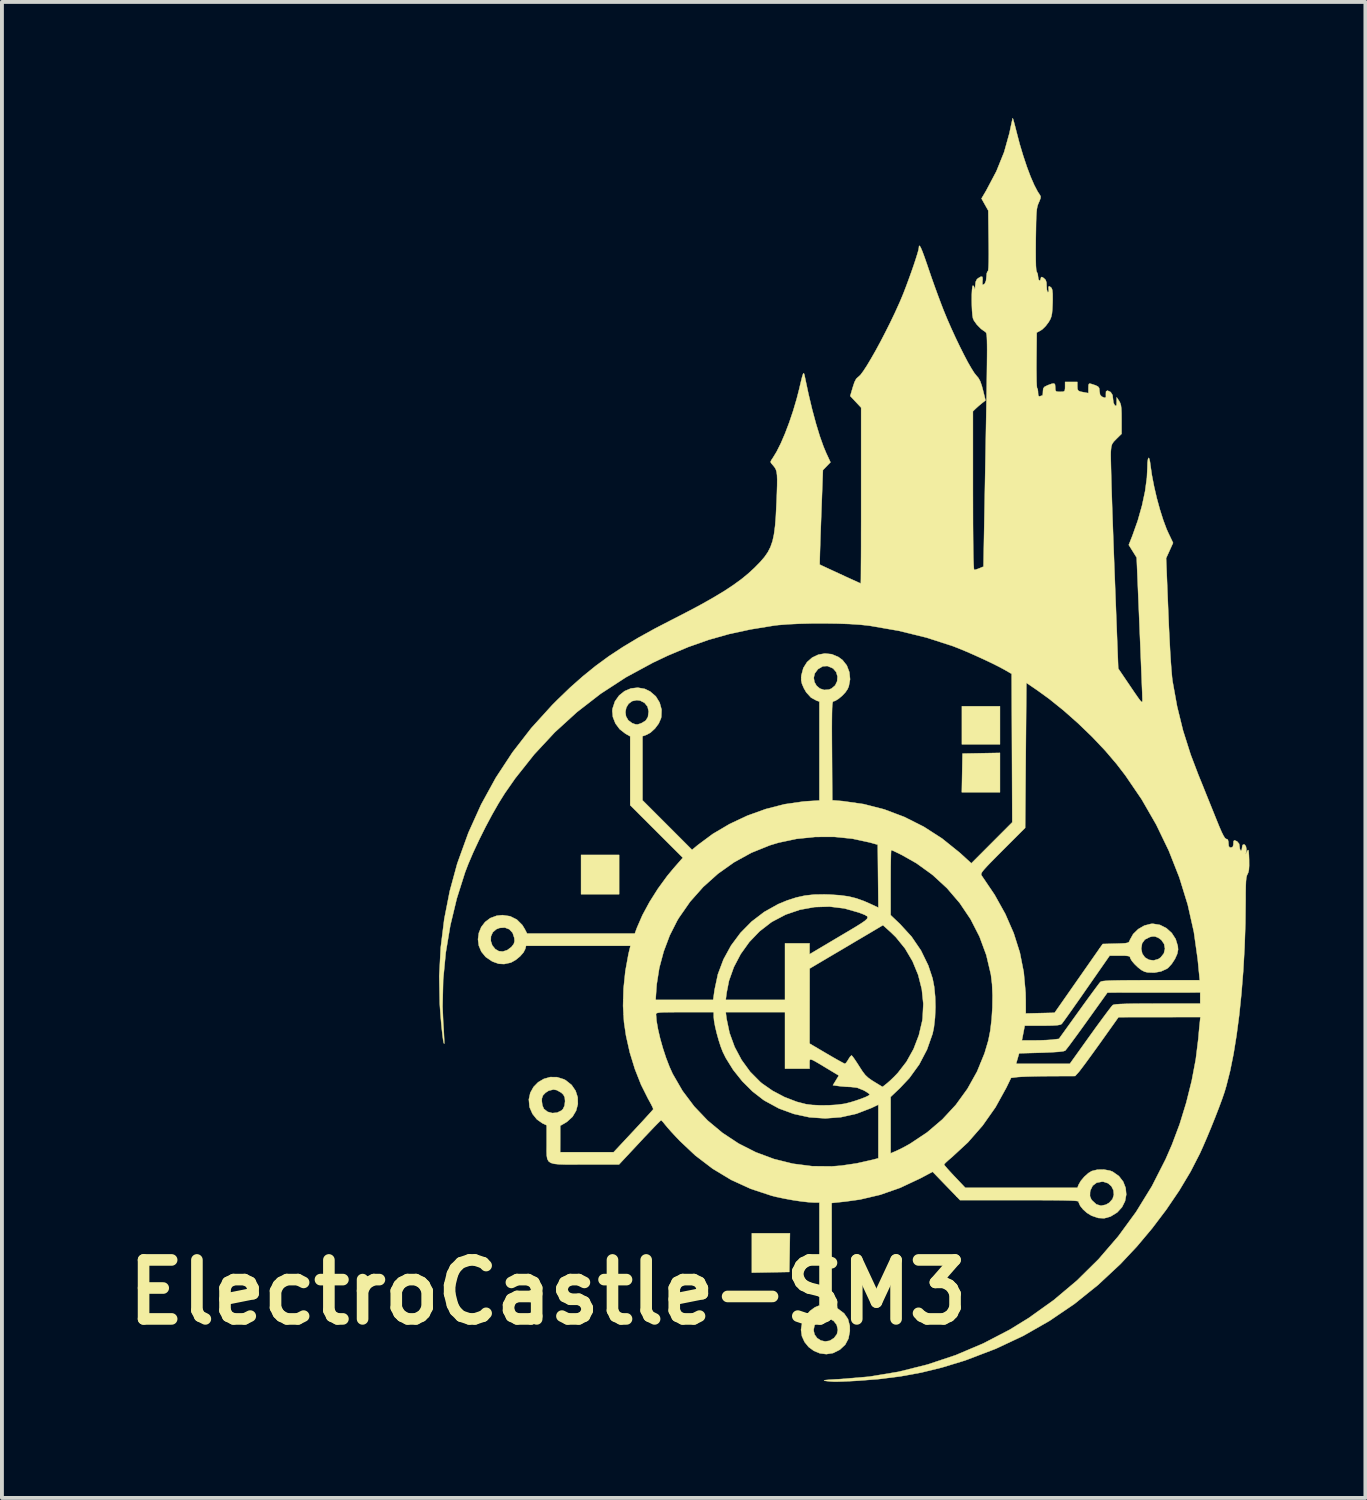
<source format=kicad_pcb>
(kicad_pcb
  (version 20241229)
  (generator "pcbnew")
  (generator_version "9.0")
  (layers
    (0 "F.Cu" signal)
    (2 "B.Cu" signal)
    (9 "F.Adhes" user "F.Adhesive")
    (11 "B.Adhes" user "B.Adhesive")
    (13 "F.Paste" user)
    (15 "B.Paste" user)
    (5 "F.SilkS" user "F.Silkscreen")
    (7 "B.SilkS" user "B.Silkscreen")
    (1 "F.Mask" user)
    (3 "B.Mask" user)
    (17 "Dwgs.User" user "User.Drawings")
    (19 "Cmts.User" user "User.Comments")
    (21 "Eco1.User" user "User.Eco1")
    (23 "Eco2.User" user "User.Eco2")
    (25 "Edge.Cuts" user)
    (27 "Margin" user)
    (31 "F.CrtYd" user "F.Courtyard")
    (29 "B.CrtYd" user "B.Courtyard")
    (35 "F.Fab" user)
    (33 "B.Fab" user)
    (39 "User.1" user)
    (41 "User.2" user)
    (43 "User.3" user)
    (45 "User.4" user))
  (footprint "ElectroCastle-SM3"
    (layer "F.Cu")
    (at 18.731 16.379)
    (property "Reference" "ElectroCastle-SM3" (at -7.62 13.97 0) (layer "F.SilkS") (effects (font (size 1.524 1.524) (thickness 0.3))))
    (attr through_hole)
    (fp_poly (pts (xy -5.779 3.683) (xy -6.763 3.683) (xy -6.763 2.667) (xy -5.779 2.667) (xy -5.779 3.683)) (stroke (width 0.01) (type solid)) (fill yes) (layer "F.SilkS"))
    (fp_poly (pts (xy 4.064 -0.191) (xy 3.08 -0.191) (xy 3.08 -1.175) (xy 4.064 -1.175) (xy 4.064 -0.191)) (stroke (width 0.01) (type solid)) (fill yes) (layer "F.SilkS"))
    (fp_poly (pts (xy -1.372 12.946) (xy -1.381 13.446) (xy -1.865 13.455) (xy -2.349 13.464) (xy -2.349 12.446) (xy -1.364 12.446) (xy -1.372 12.946)) (stroke (width 0.01) (type solid)) (fill yes) (layer "F.SilkS"))
    (fp_poly (pts (xy 4.064 1.048) (xy 3.078 1.048) (xy 3.087 0.548) (xy 3.096 0.048) (xy 3.58 0.039) (xy 4.064 0.03) (xy 4.064 1.048)) (stroke (width 0.01) (type solid)) (fill yes) (layer "F.SilkS"))
    (fp_poly (pts (xy 4.404 -16.349) (xy 4.426 -16.273) (xy 4.456 -16.16) (xy 4.49 -16.026) (xy 4.573 -15.708) (xy 4.665 -15.402) (xy 4.76 -15.117) (xy 4.856 -14.862) (xy 4.95 -14.646) (xy 5.038 -14.478) (xy 5.089 -14.401) (xy 5.114 -14.357) (xy 5.113 -14.308) (xy 5.085 -14.233) (xy 5.068 -14.195) (xy 5.047 -14.145) (xy 5.031 -14.093) (xy 5.018 -14.028) (xy 5.009 -13.943) (xy 5.002 -13.829) (xy 4.997 -13.676) (xy 4.994 -13.477) (xy 4.99 -13.244) (xy 4.988 -12.955) (xy 4.989 -12.728) (xy 4.993 -12.561) (xy 5.001 -12.454) (xy 5.013 -12.406) (xy 5.014 -12.404) (xy 5.04 -12.349) (xy 5.048 -12.283) (xy 5.058 -12.212) (xy 5.081 -12.177) (xy 5.106 -12.187) (xy 5.117 -12.224) (xy 5.129 -12.268) (xy 5.158 -12.266) (xy 5.199 -12.239) (xy 5.245 -12.193) (xy 5.266 -12.126) (xy 5.27 -12.031) (xy 5.277 -11.934) (xy 5.295 -11.881) (xy 5.306 -11.875) (xy 5.327 -11.901) (xy 5.321 -11.954) (xy 5.318 -12.018) (xy 5.346 -12.029) (xy 5.397 -11.986) (xy 5.416 -11.935) (xy 5.426 -11.836) (xy 5.427 -11.683) (xy 5.425 -11.594) (xy 5.418 -11.437) (xy 5.408 -11.327) (xy 5.391 -11.246) (xy 5.365 -11.178) (xy 5.324 -11.107) (xy 5.318 -11.097) (xy 5.244 -11) (xy 5.162 -10.919) (xy 5.118 -10.889) (xy 5.014 -10.833) (xy 5.007 -10.116) (xy 5.006 -9.91) (xy 5.008 -9.727) (xy 5.01 -9.576) (xy 5.015 -9.467) (xy 5.021 -9.407) (xy 5.024 -9.398) (xy 5.04 -9.37) (xy 5.048 -9.301) (xy 5.048 -9.283) (xy 5.054 -9.208) (xy 5.075 -9.184) (xy 5.098 -9.188) (xy 5.149 -9.205) (xy 5.162 -9.208) (xy 5.171 -9.235) (xy 5.175 -9.304) (xy 5.175 -9.315) (xy 5.182 -9.386) (xy 5.214 -9.43) (xy 5.289 -9.468) (xy 5.303 -9.474) (xy 5.405 -9.511) (xy 5.462 -9.518) (xy 5.487 -9.491) (xy 5.493 -9.424) (xy 5.493 -9.414) (xy 5.497 -9.343) (xy 5.52 -9.311) (xy 5.582 -9.303) (xy 5.62 -9.303) (xy 5.701 -9.306) (xy 5.737 -9.327) (xy 5.746 -9.385) (xy 5.747 -9.43) (xy 5.747 -9.557) (xy 6.064 -9.557) (xy 6.064 -9.447) (xy 6.068 -9.373) (xy 6.089 -9.331) (xy 6.143 -9.307) (xy 6.231 -9.29) (xy 6.35 -9.268) (xy 6.35 -9.399) (xy 6.353 -9.48) (xy 6.369 -9.513) (xy 6.406 -9.511) (xy 6.421 -9.507) (xy 6.534 -9.47) (xy 6.598 -9.438) (xy 6.627 -9.4) (xy 6.635 -9.345) (xy 6.636 -9.321) (xy 6.652 -9.225) (xy 6.697 -9.177) (xy 6.77 -9.147) (xy 6.802 -9.164) (xy 6.802 -9.232) (xy 6.801 -9.239) (xy 6.805 -9.313) (xy 6.843 -9.334) (xy 6.914 -9.302) (xy 6.929 -9.29) (xy 6.974 -9.217) (xy 6.985 -9.121) (xy 6.997 -9.022) (xy 7.029 -8.957) (xy 7.033 -8.954) (xy 7.063 -8.937) (xy 7.077 -8.961) (xy 7.08 -9.037) (xy 7.081 -9.16) (xy 7.144 -9.065) (xy 7.171 -9.014) (xy 7.19 -8.954) (xy 7.201 -8.869) (xy 7.206 -8.747) (xy 7.207 -8.593) (xy 7.207 -8.216) (xy 7.074 -8.085) (xy 7.003 -8.012) (xy 6.962 -7.951) (xy 6.941 -7.88) (xy 6.93 -7.776) (xy 6.928 -7.73) (xy 6.927 -7.664) (xy 6.929 -7.54) (xy 6.933 -7.363) (xy 6.939 -7.138) (xy 6.946 -6.87) (xy 6.956 -6.564) (xy 6.967 -6.226) (xy 6.98 -5.86) (xy 6.994 -5.472) (xy 7.009 -5.067) (xy 7.018 -4.829) (xy 7.121 -2.151) (xy 7.434 -1.689) (xy 7.546 -1.524) (xy 7.628 -1.406) (xy 7.683 -1.331) (xy 7.718 -1.292) (xy 7.737 -1.286) (xy 7.745 -1.305) (xy 7.746 -1.346) (xy 7.746 -1.352) (xy 7.744 -1.406) (xy 7.741 -1.518) (xy 7.734 -1.681) (xy 7.726 -1.888) (xy 7.716 -2.134) (xy 7.705 -2.413) (xy 7.693 -2.717) (xy 7.679 -3.041) (xy 7.671 -3.247) (xy 7.597 -5.018) (xy 7.393 -5.345) (xy 7.488 -5.586) (xy 7.625 -5.972) (xy 7.735 -6.36) (xy 7.815 -6.735) (xy 7.862 -7.084) (xy 7.874 -7.336) (xy 7.878 -7.475) (xy 7.89 -7.563) (xy 7.906 -7.597) (xy 7.924 -7.573) (xy 7.942 -7.49) (xy 7.951 -7.421) (xy 7.99 -7.151) (xy 8.047 -6.857) (xy 8.117 -6.554) (xy 8.198 -6.259) (xy 8.284 -5.987) (xy 8.371 -5.754) (xy 8.413 -5.66) (xy 8.538 -5.398) (xy 8.448 -5.199) (xy 8.358 -5.001) (xy 8.415 -3.588) (xy 8.43 -3.226) (xy 8.447 -2.89) (xy 8.463 -2.584) (xy 8.48 -2.318) (xy 8.497 -2.095) (xy 8.512 -1.925) (xy 8.524 -1.826) (xy 8.642 -1.173) (xy 8.796 -0.547) (xy 8.993 0.075) (xy 9.194 0.603) (xy 9.288 0.833) (xy 9.391 1.09) (xy 9.496 1.35) (xy 9.593 1.59) (xy 9.646 1.722) (xy 9.728 1.924) (xy 9.792 2.072) (xy 9.842 2.172) (xy 9.879 2.23) (xy 9.908 2.253) (xy 9.914 2.254) (xy 9.953 2.271) (xy 9.968 2.33) (xy 9.97 2.365) (xy 9.977 2.442) (xy 10.004 2.473) (xy 10.033 2.477) (xy 10.079 2.462) (xy 10.096 2.406) (xy 10.097 2.381) (xy 10.102 2.309) (xy 10.127 2.29) (xy 10.187 2.315) (xy 10.194 2.319) (xy 10.245 2.38) (xy 10.255 2.444) (xy 10.265 2.517) (xy 10.287 2.556) (xy 10.311 2.545) (xy 10.319 2.496) (xy 10.329 2.429) (xy 10.347 2.399) (xy 10.389 2.401) (xy 10.421 2.448) (xy 10.434 2.52) (xy 10.431 2.561) (xy 10.413 2.651) (xy 10.453 2.572) (xy 10.472 2.541) (xy 10.485 2.544) (xy 10.493 2.588) (xy 10.499 2.681) (xy 10.503 2.79) (xy 10.504 2.948) (xy 10.497 3.057) (xy 10.479 3.129) (xy 10.463 3.162) (xy 10.445 3.201) (xy 10.431 3.262) (xy 10.422 3.352) (xy 10.417 3.482) (xy 10.414 3.66) (xy 10.414 3.817) (xy 10.407 4.441) (xy 10.386 5.058) (xy 10.352 5.662) (xy 10.305 6.246) (xy 10.248 6.803) (xy 10.179 7.327) (xy 10.101 7.811) (xy 10.013 8.248) (xy 9.916 8.632) (xy 9.868 8.795) (xy 9.806 8.976) (xy 9.723 9.2) (xy 9.626 9.45) (xy 9.521 9.712) (xy 9.414 9.969) (xy 9.311 10.207) (xy 9.232 10.382) (xy 8.989 10.855) (xy 8.697 11.343) (xy 8.363 11.835) (xy 7.996 12.32) (xy 7.604 12.787) (xy 7.195 13.223) (xy 7.177 13.242) (xy 6.591 13.788) (xy 5.98 14.278) (xy 5.339 14.713) (xy 4.666 15.097) (xy 3.955 15.431) (xy 3.203 15.718) (xy 3.111 15.749) (xy 2.566 15.915) (xy 2.032 16.046) (xy 1.49 16.145) (xy 0.923 16.216) (xy 0.413 16.256) (xy 0.184 16.269) (xy 0.007 16.277) (xy -0.13 16.281) (xy -0.238 16.281) (xy -0.329 16.275) (xy -0.414 16.266) (xy -0.46 16.259) (xy -0.483 16.25) (xy -0.444 16.24) (xy -0.345 16.231) (xy -0.186 16.221) (xy -0.079 16.216) (xy 0.684 16.152) (xy 1.443 16.026) (xy 2.19 15.839) (xy 2.922 15.595) (xy 3.631 15.294) (xy 4.314 14.939) (xy 4.806 14.636) (xy 5.452 14.174) (xy 6.054 13.667) (xy 6.611 13.117) (xy 7.12 12.526) (xy 7.58 11.897) (xy 7.99 11.231) (xy 8.346 10.531) (xy 8.509 10.156) (xy 8.708 9.626) (xy 8.879 9.069) (xy 9.02 8.504) (xy 9.125 7.949) (xy 9.19 7.421) (xy 9.191 7.414) (xy 9.203 7.269) (xy 9.217 7.122) (xy 9.227 7.025) (xy 9.244 6.858) (xy 7.128 6.861) (xy 6.652 7.53) (xy 6.518 7.716) (xy 6.392 7.89) (xy 6.281 8.042) (xy 6.188 8.166) (xy 6.122 8.253) (xy 6.091 8.29) (xy 6.007 8.382) (xy 5.345 8.385) (xy 5.134 8.387) (xy 4.934 8.391) (xy 4.758 8.396) (xy 4.618 8.402) (xy 4.526 8.408) (xy 4.517 8.409) (xy 4.351 8.43) (xy 4.228 8.684) (xy 3.949 9.189) (xy 3.616 9.662) (xy 3.236 10.097) (xy 2.826 10.476) (xy 2.732 10.556) (xy 2.66 10.622) (xy 2.622 10.663) (xy 2.619 10.669) (xy 2.64 10.7) (xy 2.696 10.766) (xy 2.78 10.859) (xy 2.883 10.97) (xy 2.894 10.981) (xy 3.169 11.271) (xy 6.066 11.271) (xy 6.095 11.195) (xy 6.153 11.093) (xy 6.245 10.984) (xy 6.349 10.891) (xy 6.436 10.838) (xy 6.582 10.802) (xy 6.75 10.799) (xy 6.908 10.828) (xy 6.978 10.855) (xy 7.138 10.968) (xy 7.249 11.111) (xy 7.312 11.273) (xy 7.328 11.444) (xy 7.297 11.614) (xy 7.219 11.771) (xy 7.095 11.907) (xy 6.926 12.011) (xy 6.915 12.016) (xy 6.759 12.059) (xy 6.605 12.051) (xy 6.433 11.992) (xy 6.425 11.988) (xy 6.315 11.921) (xy 6.214 11.832) (xy 6.137 11.736) (xy 6.098 11.649) (xy 6.096 11.629) (xy 6.084 11.619) (xy 6.046 11.611) (xy 5.976 11.605) (xy 5.87 11.6) (xy 5.725 11.596) (xy 5.534 11.593) (xy 5.295 11.591) (xy 5.002 11.59) (xy 4.651 11.589) (xy 4.564 11.589) (xy 3.032 11.59) (xy 2.932 11.486) (xy 6.39 11.486) (xy 6.423 11.567) (xy 6.447 11.599) (xy 6.555 11.698) (xy 6.674 11.734) (xy 6.802 11.707) (xy 6.888 11.657) (xy 6.973 11.562) (xy 7.008 11.451) (xy 6.997 11.336) (xy 6.946 11.232) (xy 6.858 11.154) (xy 6.739 11.115) (xy 6.702 11.113) (xy 6.563 11.139) (xy 6.461 11.216) (xy 6.401 11.338) (xy 6.393 11.382) (xy 6.39 11.486) (xy 2.932 11.486) (xy 2.678 11.224) (xy 2.324 10.857) (xy 1.995 11.031) (xy 1.484 11.271) (xy 0.97 11.451) (xy 0.446 11.574) (xy 0.071 11.626) (xy -0.286 11.664) (xy -0.284 14.303) (xy -0.12 14.399) (xy 0.036 14.517) (xy 0.136 14.662) (xy 0.182 14.838) (xy 0.184 14.974) (xy 0.148 15.168) (xy 0.065 15.325) (xy -0.072 15.453) (xy -0.083 15.46) (xy -0.251 15.543) (xy -0.424 15.57) (xy -0.591 15.549) (xy -0.746 15.485) (xy -0.881 15.386) (xy -0.986 15.257) (xy -1.055 15.105) (xy -1.076 14.952) (xy -0.754 14.952) (xy -0.727 15.064) (xy -0.661 15.155) (xy -0.566 15.217) (xy -0.454 15.242) (xy -0.338 15.224) (xy -0.228 15.155) (xy -0.22 15.147) (xy -0.15 15.054) (xy -0.127 14.951) (xy -0.127 14.938) (xy -0.156 14.812) (xy -0.234 14.712) (xy -0.346 14.65) (xy -0.435 14.637) (xy -0.575 14.661) (xy -0.676 14.734) (xy -0.729 14.825) (xy -0.754 14.952) (xy -1.076 14.952) (xy -1.078 14.936) (xy -1.049 14.758) (xy -1.03 14.707) (xy -0.954 14.575) (xy -0.847 14.454) (xy -0.73 14.367) (xy -0.694 14.349) (xy -0.603 14.312) (xy -0.603 11.652) (xy -0.738 11.652) (xy -0.885 11.643) (xy -1.074 11.622) (xy -1.288 11.59) (xy -1.507 11.55) (xy -1.713 11.507) (xy -1.839 11.475) (xy -2.378 11.297) (xy -2.885 11.065) (xy -3.362 10.777) (xy -3.812 10.434) (xy -4.209 10.06) (xy -4.327 9.936) (xy -4.437 9.817) (xy -4.527 9.715) (xy -4.585 9.645) (xy -4.586 9.644) (xy -4.642 9.574) (xy -4.684 9.531) (xy -4.695 9.525) (xy -4.721 9.547) (xy -4.785 9.61) (xy -4.879 9.706) (xy -4.998 9.831) (xy -5.136 9.976) (xy -5.248 10.097) (xy -5.782 10.668) (xy -6.667 10.668) (xy -6.944 10.669) (xy -7.164 10.669) (xy -7.333 10.664) (xy -7.458 10.651) (xy -7.546 10.626) (xy -7.603 10.585) (xy -7.636 10.523) (xy -7.65 10.438) (xy -7.654 10.326) (xy -7.652 10.182) (xy -7.652 10.091) (xy -7.652 9.655) (xy -7.764 9.602) (xy -7.904 9.503) (xy -8.018 9.361) (xy -8.091 9.195) (xy -8.096 9.175) (xy -8.109 9.028) (xy -7.778 9.028) (xy -7.763 9.139) (xy -7.725 9.228) (xy -7.722 9.232) (xy -7.627 9.307) (xy -7.507 9.339) (xy -7.381 9.328) (xy -7.27 9.274) (xy -7.231 9.236) (xy -7.19 9.148) (xy -7.176 9.032) (xy -7.185 8.933) (xy -7.221 8.863) (xy -7.273 8.813) (xy -7.392 8.746) (xy -7.477 8.731) (xy -7.6 8.761) (xy -7.681 8.813) (xy -7.748 8.883) (xy -7.775 8.96) (xy -7.778 9.028) (xy -8.109 9.028) (xy -8.113 8.987) (xy -8.075 8.815) (xy -7.992 8.665) (xy -7.873 8.543) (xy -7.726 8.456) (xy -7.56 8.409) (xy -7.384 8.411) (xy -7.207 8.466) (xy -7.16 8.491) (xy -7.007 8.613) (xy -6.904 8.764) (xy -6.85 8.932) (xy -6.846 9.107) (xy -6.891 9.278) (xy -6.984 9.435) (xy -7.127 9.565) (xy -7.177 9.596) (xy -7.302 9.668) (xy -7.302 10.009) (xy -7.303 10.351) (xy -6.612 10.35) (xy -5.921 10.35) (xy -5.413 9.806) (xy -5.269 9.651) (xy -5.14 9.512) (xy -5.033 9.394) (xy -4.953 9.306) (xy -4.906 9.252) (xy -4.897 9.24) (xy -4.907 9.205) (xy -4.944 9.128) (xy -5 9.024) (xy -5.032 8.967) (xy -5.212 8.607) (xy -5.371 8.204) (xy -5.503 7.776) (xy -5.601 7.34) (xy -5.653 6.988) (xy -5.665 6.787) (xy -4.826 6.787) (xy -4.812 6.957) (xy -4.775 7.17) (xy -4.719 7.411) (xy -4.648 7.663) (xy -4.566 7.913) (xy -4.477 8.144) (xy -4.396 8.324) (xy -4.141 8.765) (xy -3.838 9.168) (xy -3.491 9.532) (xy -3.107 9.852) (xy -2.69 10.127) (xy -2.244 10.353) (xy -1.776 10.527) (xy -1.289 10.648) (xy -0.79 10.712) (xy -0.282 10.717) (xy -0.038 10.698) (xy 0.361 10.639) (xy 0.765 10.548) (xy 0.802 10.539) (xy 0.921 10.507) (xy 0.921 9.122) (xy 0.738 9.209) (xy 0.354 9.357) (xy -0.045 9.446) (xy -0.452 9.477) (xy -0.859 9.449) (xy -1.259 9.363) (xy -1.647 9.221) (xy -2.015 9.021) (xy -2.054 8.996) (xy -2.332 8.78) (xy -2.596 8.517) (xy -2.831 8.223) (xy -3.023 7.914) (xy -3.099 7.76) (xy -3.153 7.621) (xy -3.207 7.453) (xy -3.257 7.273) (xy -3.298 7.1) (xy -3.325 6.951) (xy -3.334 6.854) (xy -3.334 6.731) (xy -3.024 6.731) (xy -3.003 6.898) (xy -2.925 7.269) (xy -2.794 7.629) (xy -2.614 7.967) (xy -2.392 8.272) (xy -2.133 8.533) (xy -2.086 8.573) (xy -1.813 8.763) (xy -1.506 8.925) (xy -1.187 9.048) (xy -0.95 9.109) (xy -0.787 9.13) (xy -0.585 9.139) (xy -0.367 9.138) (xy -0.156 9.125) (xy 0.024 9.102) (xy 0.073 9.093) (xy 0.205 9.059) (xy 0.344 9.016) (xy 0.476 8.97) (xy 0.589 8.926) (xy 0.667 8.888) (xy 0.698 8.861) (xy 0.699 8.86) (xy 0.673 8.833) (xy 0.607 8.789) (xy 0.543 8.752) (xy 0.374 8.684) (xy 0.218 8.665) (xy 0.083 8.659) (xy -0.056 8.647) (xy -0.103 8.641) (xy -0.254 8.62) (xy -0.101 8.369) (xy -0.44 8.165) (xy -0.599 8.069) (xy -0.712 8.003) (xy -0.786 7.965) (xy -0.83 7.953) (xy -0.851 7.965) (xy -0.857 7.999) (xy -0.857 8.053) (xy -0.857 8.061) (xy -0.857 8.191) (xy -1.492 8.191) (xy -1.492 7.542) (xy -0.857 7.542) (xy -0.414 7.803) (xy -0.263 7.891) (xy -0.13 7.967) (xy -0.026 8.024) (xy 0.04 8.058) (xy 0.057 8.065) (xy 0.089 8.039) (xy 0.132 7.976) (xy 0.145 7.953) (xy 0.189 7.885) (xy 0.224 7.851) (xy 0.231 7.851) (xy 0.258 7.88) (xy 0.309 7.951) (xy 0.377 8.053) (xy 0.425 8.129) (xy 0.511 8.262) (xy 0.583 8.356) (xy 0.659 8.427) (xy 0.753 8.494) (xy 0.811 8.53) (xy 1.029 8.663) (xy 1.147 8.569) (xy 1.229 8.497) (xy 1.331 8.399) (xy 1.426 8.299) (xy 1.648 8.012) (xy 1.831 7.683) (xy 1.968 7.326) (xy 2.056 6.951) (xy 2.064 6.89) (xy 2.083 6.517) (xy 2.044 6.139) (xy 1.95 5.768) (xy 1.804 5.414) (xy 1.61 5.085) (xy 1.372 4.792) (xy 1.249 4.672) (xy 1.04 4.483) (xy 0.764 4.647) (xy 0.656 4.711) (xy 0.505 4.8) (xy 0.323 4.907) (xy 0.123 5.026) (xy -0.083 5.148) (xy -0.184 5.207) (xy -0.855 5.604) (xy -0.856 6.573) (xy -0.857 7.542) (xy -1.492 7.542) (xy -1.492 6.731) (xy -3.024 6.731) (xy -3.334 6.731) (xy -4.08 6.731) (xy -4.317 6.731) (xy -4.498 6.733) (xy -4.63 6.735) (xy -4.722 6.74) (xy -4.779 6.748) (xy -4.811 6.759) (xy -4.824 6.773) (xy -4.826 6.787) (xy -5.665 6.787) (xy -5.677 6.57) (xy -5.673 6.413) (xy -4.836 6.413) (xy -3.348 6.413) (xy -3.024 6.413) (xy -1.492 6.413) (xy -1.492 4.953) (xy -0.857 4.953) (xy -0.857 5.234) (xy -0.076 4.77) (xy 0.159 4.631) (xy 0.344 4.52) (xy 0.481 4.434) (xy 0.575 4.369) (xy 0.628 4.319) (xy 0.644 4.28) (xy 0.628 4.249) (xy 0.581 4.221) (xy 0.508 4.191) (xy 0.415 4.156) (xy 0.043 4.05) (xy -0.34 4.003) (xy -0.725 4.015) (xy -1.106 4.084) (xy -1.473 4.209) (xy -1.817 4.39) (xy -1.852 4.412) (xy -2.15 4.643) (xy -2.414 4.918) (xy -2.637 5.229) (xy -2.814 5.566) (xy -2.94 5.92) (xy -3.001 6.231) (xy -3.024 6.413) (xy -3.348 6.413) (xy -3.312 6.152) (xy -3.226 5.75) (xy -3.082 5.367) (xy -2.886 5.009) (xy -2.642 4.681) (xy -2.355 4.39) (xy -2.029 4.141) (xy -1.67 3.94) (xy -1.443 3.846) (xy -1.203 3.768) (xy -0.976 3.718) (xy -0.742 3.692) (xy -0.477 3.688) (xy -0.329 3.692) (xy -0.068 3.71) (xy 0.152 3.74) (xy 0.35 3.789) (xy 0.549 3.86) (xy 0.691 3.922) (xy 0.922 4.029) (xy 0.915 3.381) (xy 1.238 3.381) (xy 1.238 4.223) (xy 1.48 4.453) (xy 1.778 4.778) (xy 2.022 5.136) (xy 2.211 5.524) (xy 2.322 5.858) (xy 2.364 6.074) (xy 2.389 6.33) (xy 2.396 6.603) (xy 2.385 6.874) (xy 2.357 7.122) (xy 2.323 7.287) (xy 2.178 7.699) (xy 1.977 8.083) (xy 1.722 8.435) (xy 1.48 8.692) (xy 1.238 8.922) (xy 1.238 10.38) (xy 1.383 10.318) (xy 1.484 10.27) (xy 1.612 10.204) (xy 1.74 10.132) (xy 1.748 10.127) (xy 2.182 9.838) (xy 2.575 9.503) (xy 2.923 9.127) (xy 3.223 8.713) (xy 3.472 8.267) (xy 3.555 8.065) (xy 4.481 8.065) (xy 5.87 8.065) (xy 6.399 7.326) (xy 6.537 7.134) (xy 6.666 6.958) (xy 6.779 6.805) (xy 6.872 6.681) (xy 6.939 6.594) (xy 6.976 6.551) (xy 6.979 6.548) (xy 7.009 6.537) (xy 7.072 6.528) (xy 7.173 6.521) (xy 7.317 6.516) (xy 7.508 6.512) (xy 7.751 6.51) (xy 8.052 6.509) (xy 8.134 6.509) (xy 9.239 6.509) (xy 9.239 6.223) (xy 8.041 6.224) (xy 6.842 6.225) (xy 6.318 6.957) (xy 6.181 7.148) (xy 6.054 7.323) (xy 5.942 7.475) (xy 5.852 7.597) (xy 5.786 7.682) (xy 5.752 7.724) (xy 5.75 7.726) (xy 5.699 7.742) (xy 5.587 7.756) (xy 5.42 7.767) (xy 5.199 7.777) (xy 5.132 7.779) (xy 4.559 7.795) (xy 4.52 7.93) (xy 4.481 8.065) (xy 3.555 8.065) (xy 3.666 7.792) (xy 3.764 7.461) (xy 3.813 7.213) (xy 3.848 6.923) (xy 3.868 6.613) (xy 3.872 6.302) (xy 3.86 6.011) (xy 3.83 5.76) (xy 3.829 5.756) (xy 3.711 5.256) (xy 3.535 4.779) (xy 3.305 4.329) (xy 3.023 3.91) (xy 2.694 3.526) (xy 2.32 3.182) (xy 2.309 3.174) (xy 3.578 3.174) (xy 3.587 3.196) (xy 3.59 3.2) (xy 3.927 3.699) (xy 4.203 4.194) (xy 4.419 4.689) (xy 4.578 5.19) (xy 4.679 5.701) (xy 4.726 6.226) (xy 4.73 6.422) (xy 4.731 6.765) (xy 5.476 6.747) (xy 6.634 5.09) (xy 7.715 5.09) (xy 7.742 5.219) (xy 7.813 5.318) (xy 7.915 5.378) (xy 8.034 5.394) (xy 8.155 5.36) (xy 8.217 5.318) (xy 8.3 5.213) (xy 8.329 5.092) (xy 8.307 4.97) (xy 8.235 4.865) (xy 8.157 4.809) (xy 8.073 4.775) (xy 7.993 4.776) (xy 7.933 4.792) (xy 7.81 4.854) (xy 7.738 4.952) (xy 7.715 5.09) (xy 6.634 5.09) (xy 6.719 4.969) (xy 7.055 4.96) (xy 7.205 4.955) (xy 7.303 4.949) (xy 7.362 4.938) (xy 7.395 4.92) (xy 7.413 4.889) (xy 7.422 4.864) (xy 7.507 4.712) (xy 7.637 4.585) (xy 7.796 4.493) (xy 7.968 4.449) (xy 8.017 4.446) (xy 8.199 4.476) (xy 8.364 4.559) (xy 8.503 4.684) (xy 8.605 4.842) (xy 8.66 5.022) (xy 8.668 5.113) (xy 8.645 5.227) (xy 8.586 5.358) (xy 8.503 5.485) (xy 8.41 5.586) (xy 8.376 5.611) (xy 8.228 5.678) (xy 8.052 5.71) (xy 7.878 5.704) (xy 7.801 5.685) (xy 7.722 5.644) (xy 7.63 5.573) (xy 7.542 5.488) (xy 7.471 5.404) (xy 7.432 5.336) (xy 7.429 5.319) (xy 7.418 5.295) (xy 7.377 5.28) (xy 7.295 5.272) (xy 7.164 5.271) (xy 6.899 5.271) (xy 6.299 6.133) (xy 6.154 6.342) (xy 6.018 6.535) (xy 5.898 6.706) (xy 5.797 6.848) (xy 5.72 6.955) (xy 5.671 7.021) (xy 5.657 7.038) (xy 5.619 7.056) (xy 5.543 7.069) (xy 5.421 7.077) (xy 5.245 7.08) (xy 5.16 7.08) (xy 4.704 7.08) (xy 4.686 7.176) (xy 4.665 7.283) (xy 4.649 7.366) (xy 4.63 7.461) (xy 4.943 7.461) (xy 5.1 7.459) (xy 5.255 7.453) (xy 5.382 7.445) (xy 5.421 7.441) (xy 5.588 7.421) (xy 6.101 6.708) (xy 6.237 6.519) (xy 6.363 6.346) (xy 6.473 6.196) (xy 6.563 6.075) (xy 6.626 5.991) (xy 6.658 5.951) (xy 6.659 5.95) (xy 6.68 5.939) (xy 6.721 5.929) (xy 6.787 5.922) (xy 6.885 5.916) (xy 7.019 5.912) (xy 7.195 5.909) (xy 7.42 5.907) (xy 7.698 5.906) (xy 7.966 5.905) (xy 9.228 5.905) (xy 9.219 5.818) (xy 9.213 5.752) (xy 9.201 5.639) (xy 9.188 5.497) (xy 9.175 5.366) (xy 9.076 4.66) (xy 8.917 3.953) (xy 8.7 3.25) (xy 8.428 2.559) (xy 8.103 1.885) (xy 7.729 1.235) (xy 7.307 0.615) (xy 7.079 0.318) (xy 6.784 -0.028) (xy 6.448 -0.383) (xy 6.085 -0.733) (xy 5.71 -1.065) (xy 5.336 -1.366) (xy 5.032 -1.586) (xy 4.747 -1.781) (xy 4.731 0.094) (xy 4.715 1.968) (xy 4.13 2.553) (xy 3.953 2.731) (xy 3.816 2.87) (xy 3.715 2.976) (xy 3.646 3.053) (xy 3.603 3.108) (xy 3.582 3.147) (xy 3.578 3.174) (xy 2.309 3.174) (xy 1.906 2.883) (xy 1.532 2.671) (xy 1.416 2.614) (xy 1.323 2.569) (xy 1.266 2.544) (xy 1.255 2.54) (xy 1.25 2.57) (xy 1.246 2.656) (xy 1.243 2.789) (xy 1.24 2.96) (xy 1.239 3.162) (xy 1.238 3.381) (xy 0.915 3.381) (xy 0.913 3.216) (xy 0.905 2.403) (xy 0.699 2.345) (xy 0.25 2.248) (xy -0.224 2.2) (xy -0.709 2.202) (xy -1.193 2.252) (xy -1.66 2.351) (xy -1.885 2.419) (xy -2.358 2.61) (xy -2.806 2.856) (xy -3.224 3.153) (xy -3.606 3.495) (xy -3.945 3.877) (xy -4.235 4.294) (xy -4.278 4.366) (xy -4.471 4.748) (xy -4.627 5.162) (xy -4.741 5.587) (xy -4.807 6.006) (xy -4.815 6.104) (xy -4.836 6.413) (xy -5.673 6.413) (xy -5.665 6.124) (xy -5.618 5.669) (xy -5.538 5.229) (xy -5.508 5.104) (xy -5.486 5.016) (xy -8.185 5.016) (xy -8.205 5.097) (xy -8.252 5.189) (xy -8.34 5.289) (xy -8.449 5.379) (xy -8.562 5.443) (xy -8.593 5.454) (xy -8.753 5.488) (xy -8.892 5.48) (xy -9.038 5.428) (xy -9.068 5.414) (xy -9.229 5.304) (xy -9.341 5.167) (xy -9.406 5.011) (xy -9.421 4.89) (xy -9.096 4.89) (xy -9.058 5.005) (xy -8.98 5.101) (xy -8.89 5.154) (xy -8.785 5.164) (xy -8.67 5.127) (xy -8.567 5.05) (xy -8.561 5.044) (xy -8.502 4.968) (xy -8.482 4.897) (xy -8.488 4.814) (xy -8.532 4.681) (xy -8.618 4.589) (xy -8.733 4.545) (xy -8.866 4.554) (xy -8.951 4.586) (xy -9.044 4.666) (xy -9.092 4.772) (xy -9.096 4.89) (xy -9.421 4.89) (xy -9.427 4.848) (xy -9.405 4.685) (xy -9.344 4.533) (xy -9.244 4.402) (xy -9.109 4.3) (xy -8.941 4.238) (xy -8.794 4.223) (xy -8.596 4.252) (xy -8.423 4.338) (xy -8.284 4.476) (xy -8.22 4.58) (xy -8.158 4.699) (xy -6.766 4.699) (xy -5.374 4.699) (xy -5.318 4.548) (xy -5.177 4.224) (xy -4.993 3.883) (xy -4.776 3.54) (xy -4.537 3.212) (xy -4.371 3.012) (xy -4.133 2.74) (xy -4.813 2.061) (xy -5.493 1.382) (xy -5.493 0.492) (xy -5.493 -0.397) (xy -5.618 -0.468) (xy -5.765 -0.583) (xy -5.875 -0.731) (xy -5.941 -0.899) (xy -5.952 -1.028) (xy -5.617 -1.028) (xy -5.601 -0.914) (xy -5.544 -0.814) (xy -5.445 -0.74) (xy -5.429 -0.734) (xy -5.357 -0.708) (xy -5.303 -0.705) (xy -5.237 -0.725) (xy -5.193 -0.743) (xy -5.091 -0.806) (xy -5.035 -0.897) (xy -5.017 -1.031) (xy -5.016 -1.043) (xy -5.045 -1.167) (xy -5.123 -1.264) (xy -5.237 -1.322) (xy -5.323 -1.333) (xy -5.445 -1.307) (xy -5.536 -1.238) (xy -5.594 -1.141) (xy -5.617 -1.028) (xy -5.952 -1.028) (xy -5.955 -1.07) (xy -5.949 -1.115) (xy -5.887 -1.302) (xy -5.779 -1.454) (xy -5.638 -1.567) (xy -5.474 -1.636) (xy -5.296 -1.656) (xy -5.115 -1.624) (xy -4.977 -1.557) (xy -4.831 -1.431) (xy -4.732 -1.27) (xy -4.682 -1.088) (xy -4.689 -0.9) (xy -4.698 -0.861) (xy -4.757 -0.727) (xy -4.854 -0.598) (xy -4.969 -0.493) (xy -5.067 -0.439) (xy -5.175 -0.4) (xy -5.175 0.427) (xy -5.175 1.254) (xy -4.534 1.895) (xy -3.894 2.536) (xy -3.749 2.415) (xy -3.359 2.125) (xy -2.927 1.87) (xy -2.466 1.653) (xy -1.988 1.481) (xy -1.504 1.357) (xy -1.027 1.288) (xy -0.929 1.28) (xy -0.603 1.26) (xy -0.603 -1.297) (xy -0.674 -1.32) (xy -0.819 -1.399) (xy -0.943 -1.535) (xy -1.005 -1.643) (xy -1.054 -1.757) (xy -1.074 -1.85) (xy -1.072 -1.912) (xy -0.749 -1.912) (xy -0.731 -1.802) (xy -0.676 -1.705) (xy -0.59 -1.633) (xy -0.481 -1.597) (xy -0.358 -1.606) (xy -0.289 -1.634) (xy -0.196 -1.713) (xy -0.144 -1.822) (xy -0.135 -1.943) (xy -0.168 -2.058) (xy -0.246 -2.149) (xy -0.264 -2.16) (xy -0.395 -2.215) (xy -0.515 -2.208) (xy -0.632 -2.139) (xy -0.642 -2.131) (xy -0.722 -2.025) (xy -0.749 -1.912) (xy -1.072 -1.912) (xy -1.071 -1.957) (xy -1.068 -1.977) (xy -1.018 -2.164) (xy -0.922 -2.317) (xy -0.79 -2.433) (xy -0.633 -2.508) (xy -0.461 -2.539) (xy -0.284 -2.521) (xy -0.114 -2.45) (xy -0.005 -2.37) (xy 0.106 -2.229) (xy 0.171 -2.057) (xy 0.19 -1.872) (xy 0.157 -1.692) (xy 0.126 -1.618) (xy 0.067 -1.532) (xy -0.018 -1.443) (xy -0.111 -1.366) (xy -0.196 -1.314) (xy -0.243 -1.302) (xy -0.254 -1.293) (xy -0.263 -1.262) (xy -0.27 -1.205) (xy -0.275 -1.115) (xy -0.278 -0.988) (xy -0.28 -0.818) (xy -0.281 -0.6) (xy -0.28 -0.329) (xy -0.278 -0.024) (xy -0.27 1.254) (xy -0.004 1.276) (xy 0.539 1.353) (xy 1.073 1.49) (xy 1.593 1.686) (xy 2.094 1.938) (xy 2.568 2.243) (xy 3.012 2.6) (xy 3.061 2.643) (xy 3.324 2.884) (xy 3.853 2.354) (xy 4.382 1.824) (xy 4.366 -2.013) (xy 4.175 -2.123) (xy 4.035 -2.198) (xy 3.851 -2.29) (xy 3.64 -2.39) (xy 3.416 -2.492) (xy 3.197 -2.588) (xy 2.996 -2.671) (xy 2.848 -2.729) (xy 2.164 -2.95) (xy 1.446 -3.126) (xy 0.705 -3.255) (xy 0.683 -3.258) (xy 0.452 -3.283) (xy 0.175 -3.301) (xy -0.135 -3.312) (xy -0.464 -3.317) (xy -0.795 -3.316) (xy -1.116 -3.308) (xy -1.41 -3.294) (xy -1.664 -3.274) (xy -1.778 -3.26) (xy -2.379 -3.162) (xy -2.936 -3.042) (xy -3.467 -2.892) (xy -3.989 -2.708) (xy -4.519 -2.485) (xy -4.905 -2.302) (xy -5.601 -1.925) (xy -6.256 -1.499) (xy -6.869 -1.024) (xy -7.442 -0.502) (xy -7.974 0.07) (xy -8.466 0.69) (xy -8.737 1.079) (xy -8.894 1.331) (xy -9.062 1.625) (xy -9.233 1.946) (xy -9.398 2.277) (xy -9.55 2.602) (xy -9.679 2.904) (xy -9.761 3.118) (xy -9.975 3.794) (xy -10.142 4.489) (xy -10.26 5.193) (xy -10.327 5.892) (xy -10.343 6.578) (xy -10.326 6.988) (xy -10.314 7.168) (xy -10.306 7.324) (xy -10.3 7.446) (xy -10.298 7.524) (xy -10.3 7.548) (xy -10.312 7.528) (xy -10.327 7.454) (xy -10.343 7.334) (xy -10.361 7.177) (xy -10.379 6.994) (xy -10.396 6.791) (xy -10.411 6.58) (xy -10.415 6.517) (xy -10.429 5.797) (xy -10.39 5.062) (xy -10.299 4.326) (xy -10.157 3.603) (xy -9.968 2.908) (xy -9.951 2.857) (xy -9.674 2.091) (xy -9.346 1.364) (xy -8.967 0.673) (xy -8.535 0.015) (xy -8.049 -0.612) (xy -7.506 -1.21) (xy -7.376 -1.34) (xy -7.043 -1.661) (xy -6.716 -1.95) (xy -6.388 -2.216) (xy -6.047 -2.466) (xy -5.683 -2.706) (xy -5.287 -2.944) (xy -4.849 -3.186) (xy -4.429 -3.403) (xy -4.015 -3.616) (xy -3.653 -3.809) (xy -3.34 -3.986) (xy -3.067 -4.15) (xy -2.831 -4.306) (xy -2.625 -4.455) (xy -2.443 -4.604) (xy -2.28 -4.754) (xy -2.277 -4.757) (xy -2.138 -4.899) (xy -2.025 -5.029) (xy -1.936 -5.157) (xy -1.867 -5.293) (xy -1.814 -5.445) (xy -1.776 -5.622) (xy -1.748 -5.835) (xy -1.728 -6.091) (xy -1.713 -6.401) (xy -1.711 -6.437) (xy -1.701 -6.688) (xy -1.695 -6.885) (xy -1.694 -7.035) (xy -1.698 -7.147) (xy -1.709 -7.23) (xy -1.727 -7.292) (xy -1.754 -7.342) (xy -1.79 -7.389) (xy -1.817 -7.42) (xy -1.857 -7.468) (xy -1.862 -7.505) (xy -1.831 -7.559) (xy -1.812 -7.585) (xy -1.71 -7.752) (xy -1.601 -7.969) (xy -1.49 -8.227) (xy -1.382 -8.512) (xy -1.28 -8.815) (xy -1.189 -9.124) (xy -1.127 -9.366) (xy -1.084 -9.549) (xy -1.053 -9.675) (xy -1.03 -9.75) (xy -1.014 -9.782) (xy -1.001 -9.774) (xy -0.988 -9.733) (xy -0.978 -9.684) (xy -0.886 -9.25) (xy -0.79 -8.846) (xy -0.691 -8.479) (xy -0.593 -8.157) (xy -0.496 -7.885) (xy -0.427 -7.72) (xy -0.316 -7.481) (xy -0.512 -7.279) (xy -0.557 -6.063) (xy -0.567 -5.791) (xy -0.576 -5.541) (xy -0.583 -5.318) (xy -0.589 -5.13) (xy -0.593 -4.982) (xy -0.595 -4.884) (xy -0.595 -4.84) (xy -0.595 -4.839) (xy -0.565 -4.823) (xy -0.488 -4.787) (xy -0.376 -4.735) (xy -0.24 -4.672) (xy -0.091 -4.603) (xy 0.06 -4.533) (xy 0.202 -4.468) (xy 0.324 -4.413) (xy 0.414 -4.372) (xy 0.462 -4.351) (xy 0.467 -4.35) (xy 0.468 -4.381) (xy 0.47 -4.47) (xy 0.471 -4.613) (xy 0.472 -4.804) (xy 0.474 -5.039) (xy 0.475 -5.312) (xy 0.475 -5.618) (xy 0.476 -5.953) (xy 0.476 -6.311) (xy 0.476 -6.621) (xy 0.476 -8.893) (xy 0.194 -9.194) (xy 0.26 -9.42) (xy 0.304 -9.553) (xy 0.348 -9.637) (xy 0.397 -9.684) (xy 0.404 -9.688) (xy 0.457 -9.737) (xy 0.531 -9.836) (xy 0.625 -9.98) (xy 0.732 -10.159) (xy 0.851 -10.367) (xy 0.976 -10.598) (xy 1.103 -10.843) (xy 1.23 -11.096) (xy 1.351 -11.349) (xy 1.463 -11.596) (xy 1.508 -11.7) (xy 1.568 -11.845) (xy 1.634 -12.017) (xy 1.703 -12.203) (xy 1.772 -12.394) (xy 1.836 -12.578) (xy 1.891 -12.745) (xy 1.934 -12.883) (xy 1.961 -12.982) (xy 1.968 -13.025) (xy 1.973 -13.072) (xy 1.989 -13.075) (xy 2.017 -13.029) (xy 2.058 -12.933) (xy 2.114 -12.782) (xy 2.186 -12.575) (xy 2.216 -12.486) (xy 2.294 -12.258) (xy 2.382 -12.01) (xy 2.472 -11.764) (xy 2.556 -11.541) (xy 2.605 -11.414) (xy 2.699 -11.186) (xy 2.803 -10.948) (xy 2.913 -10.708) (xy 3.025 -10.475) (xy 3.134 -10.258) (xy 3.235 -10.065) (xy 3.326 -9.907) (xy 3.4 -9.79) (xy 3.446 -9.732) (xy 3.507 -9.66) (xy 3.554 -9.575) (xy 3.595 -9.457) (xy 3.623 -9.352) (xy 3.691 -9.08) (xy 3.6 -9.009) (xy 3.514 -8.938) (xy 3.437 -8.868) (xy 3.365 -8.798) (xy 3.365 -6.748) (xy 3.366 -6.277) (xy 3.367 -5.869) (xy 3.37 -5.523) (xy 3.373 -5.239) (xy 3.377 -5.015) (xy 3.383 -4.851) (xy 3.389 -4.747) (xy 3.396 -4.701) (xy 3.398 -4.699) (xy 3.448 -4.71) (xy 3.525 -4.738) (xy 3.535 -4.742) (xy 3.638 -4.785) (xy 3.693 -7.798) (xy 3.702 -8.304) (xy 3.71 -8.75) (xy 3.717 -9.14) (xy 3.722 -9.478) (xy 3.726 -9.768) (xy 3.729 -10.013) (xy 3.731 -10.218) (xy 3.732 -10.385) (xy 3.731 -10.519) (xy 3.729 -10.624) (xy 3.726 -10.702) (xy 3.722 -10.759) (xy 3.716 -10.798) (xy 3.709 -10.823) (xy 3.701 -10.837) (xy 3.694 -10.843) (xy 3.575 -10.929) (xy 3.469 -11.036) (xy 3.392 -11.143) (xy 3.366 -11.203) (xy 3.353 -11.282) (xy 3.343 -11.398) (xy 3.337 -11.536) (xy 3.335 -11.682) (xy 3.336 -11.821) (xy 3.342 -11.938) (xy 3.352 -12.019) (xy 3.363 -12.048) (xy 3.388 -12.035) (xy 3.406 -11.978) (xy 3.415 -11.948) (xy 3.421 -11.98) (xy 3.424 -12.039) (xy 3.436 -12.145) (xy 3.468 -12.21) (xy 3.5 -12.238) (xy 3.573 -12.28) (xy 3.61 -12.273) (xy 3.617 -12.211) (xy 3.613 -12.176) (xy 3.61 -12.103) (xy 3.617 -12.066) (xy 3.62 -12.065) (xy 3.669 -12.094) (xy 3.703 -12.172) (xy 3.715 -12.278) (xy 3.722 -12.361) (xy 3.739 -12.409) (xy 3.749 -12.414) (xy 3.76 -12.441) (xy 3.768 -12.523) (xy 3.773 -12.661) (xy 3.775 -12.859) (xy 3.773 -13.117) (xy 3.772 -13.2) (xy 3.762 -13.986) (xy 3.674 -14.142) (xy 3.587 -14.298) (xy 3.71 -14.507) (xy 3.972 -15.003) (xy 4.172 -15.499) (xy 4.31 -15.993) (xy 4.318 -16.035) (xy 4.347 -16.171) (xy 4.371 -16.282) (xy 4.388 -16.354) (xy 4.394 -16.374) (xy 4.404 -16.349)) (stroke (width 0.01) (type solid)) (fill yes) (layer "F.SilkS")))
  (gr_rect
    (start -3 -3)
    (end 32.24 35.666)
    (stroke (width 0.1) (type default))
    (fill no)
    (layer "Edge.Cuts")))
</source>
